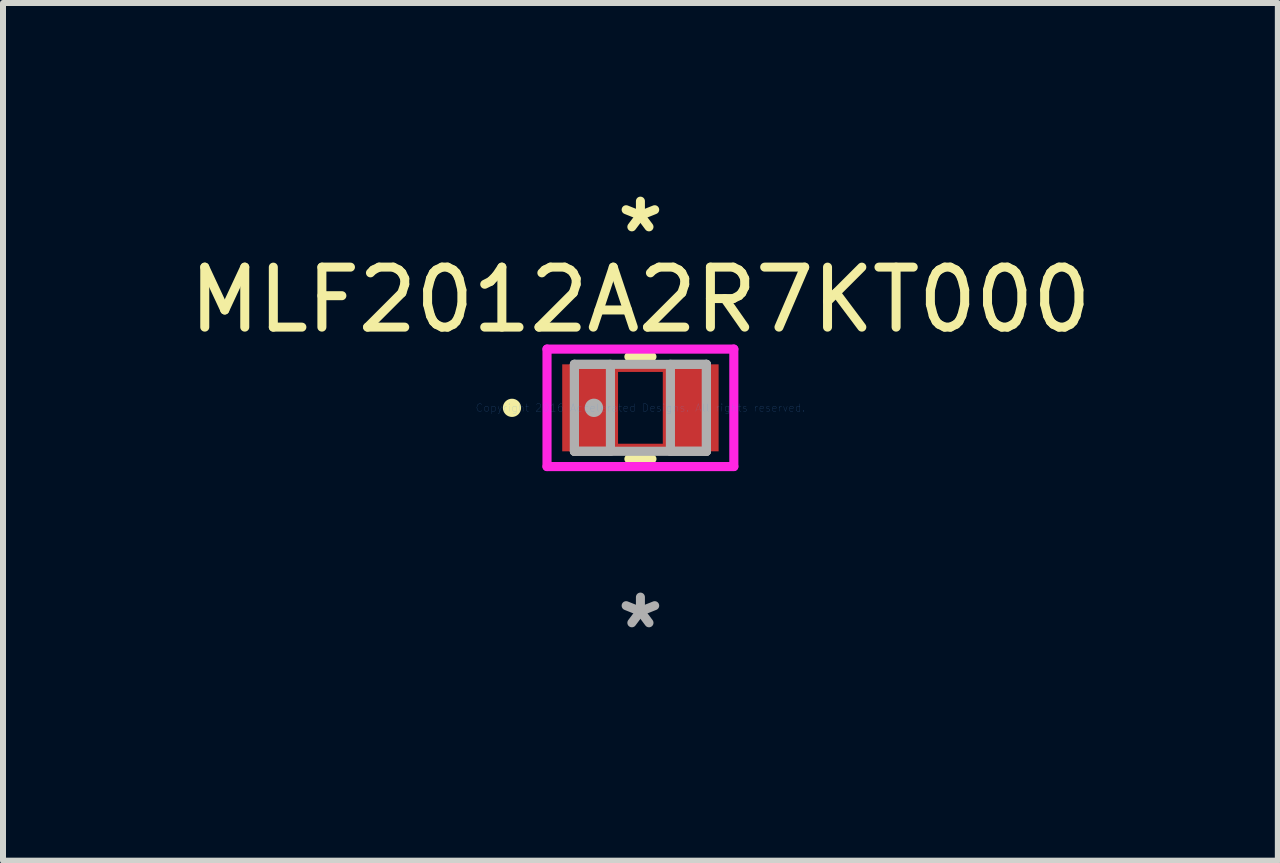
<source format=kicad_pcb>
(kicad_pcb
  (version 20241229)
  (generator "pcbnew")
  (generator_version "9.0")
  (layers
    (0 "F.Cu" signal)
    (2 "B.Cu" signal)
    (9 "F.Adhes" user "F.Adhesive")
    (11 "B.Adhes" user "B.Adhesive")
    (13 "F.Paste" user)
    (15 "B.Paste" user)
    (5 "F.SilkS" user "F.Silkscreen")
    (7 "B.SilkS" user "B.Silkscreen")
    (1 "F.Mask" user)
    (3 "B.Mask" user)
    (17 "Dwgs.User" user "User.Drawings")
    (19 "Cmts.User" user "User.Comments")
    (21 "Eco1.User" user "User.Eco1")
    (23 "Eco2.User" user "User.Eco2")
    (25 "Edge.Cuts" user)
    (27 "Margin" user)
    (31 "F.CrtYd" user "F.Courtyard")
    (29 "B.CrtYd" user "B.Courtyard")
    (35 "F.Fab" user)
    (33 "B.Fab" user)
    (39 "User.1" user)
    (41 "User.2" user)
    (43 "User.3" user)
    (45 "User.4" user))
  (footprint "MLF2012A2R7KT000"
    (layer "F.Cu")
    (at 7.625 3.748)
    (property "Reference" "MLF2012A2R7KT000" (at 0 -1.8 0) (layer "F.SilkS") (effects (font (size 1 1) (thickness 0.15))))
    (attr through_hole)
    (fp_line (start -0.449 -0.674) (end 0.449 -0.674) (stroke (width 0.152) (type solid)) (layer "F.Cu"))
    (fp_line (start -0.449 0.674) (end -0.449 -0.674) (stroke (width 0.152) (type solid)) (layer "F.Cu"))
    (fp_line (start 0.449 -0.674) (end 0.449 0.674) (stroke (width 0.152) (type solid)) (layer "F.Cu"))
    (fp_line (start 0.449 0.674) (end -0.449 0.674) (stroke (width 0.152) (type solid)) (layer "F.Cu"))
    (fp_line (start -0.192 0.852) (end 0.192 0.852) (stroke (width 0.152) (type solid)) (layer "F.SilkS"))
    (fp_line (start 0.192 -0.852) (end -0.192 -0.852) (stroke (width 0.152) (type solid)) (layer "F.SilkS"))
    (fp_circle (center -2.141 0) (end -2.065 0) (stroke (width 0.152) (type solid)) (fill no) (layer "F.SilkS"))
    (fp_line (start -1.557 -0.979) (end 1.557 -0.979) (stroke (width 0.152) (type solid)) (layer "F.CrtYd"))
    (fp_line (start -1.557 0.979) (end -1.557 -0.979) (stroke (width 0.152) (type solid)) (layer "F.CrtYd"))
    (fp_line (start 1.557 -0.979) (end 1.557 0.979) (stroke (width 0.152) (type solid)) (layer "F.CrtYd"))
    (fp_line (start 1.557 0.979) (end -1.557 0.979) (stroke (width 0.152) (type solid)) (layer "F.CrtYd"))
    (fp_line (start -1.1 -0.725) (end -1.1 0.725) (stroke (width 0.152) (type solid)) (layer "F.Fab"))
    (fp_line (start -1.1 -0.725) (end -1.1 0.725) (stroke (width 0.152) (type solid)) (layer "F.Fab"))
    (fp_line (start -1.1 0.725) (end -0.5 0.725) (stroke (width 0.152) (type solid)) (layer "F.Fab"))
    (fp_line (start -1.1 0.725) (end 1.1 0.725) (stroke (width 0.152) (type solid)) (layer "F.Fab"))
    (fp_line (start -0.5 -0.725) (end -1.1 -0.725) (stroke (width 0.152) (type solid)) (layer "F.Fab"))
    (fp_line (start -0.5 0.725) (end -0.5 -0.725) (stroke (width 0.152) (type solid)) (layer "F.Fab"))
    (fp_line (start 0.5 -0.725) (end 0.5 0.725) (stroke (width 0.152) (type solid)) (layer "F.Fab"))
    (fp_line (start 0.5 0.725) (end 1.1 0.725) (stroke (width 0.152) (type solid)) (layer "F.Fab"))
    (fp_line (start 1.1 -0.725) (end -1.1 -0.725) (stroke (width 0.152) (type solid)) (layer "F.Fab"))
    (fp_line (start 1.1 -0.725) (end 0.5 -0.725) (stroke (width 0.152) (type solid)) (layer "F.Fab"))
    (fp_line (start 1.1 0.725) (end 1.1 -0.725) (stroke (width 0.152) (type solid)) (layer "F.Fab"))
    (fp_line (start 1.1 0.725) (end 1.1 -0.725) (stroke (width 0.152) (type solid)) (layer "F.Fab"))
    (fp_circle (center -0.775 0) (end -0.698 0) (stroke (width 0.152) (type solid)) (fill no) (layer "F.Fab"))
    (fp_text user "*" (at 0 -2.9 0) (layer "F.SilkS") (effects (font (size 1 1) (thickness 0.15))))
    (fp_text user "Copyright 2016 Accelerated Designs. All rights reserved." (at 0 0 0) (layer "Cmts.User") (effects (font (size 0.127 0.127) (thickness 0.002))))
    (fp_text user "*" (at 0 3.7 0) (layer "F.Fab") (effects (font (size 1 1) (thickness 0.15))))
    (pad "1" smd rect (at -0.902 0) (size 0.803 1.45) (layers "F.Cu" "F.Mask" "F.Paste"))
    (pad "2" smd rect (at 0.902 0) (size 0.803 1.45) (layers "F.Cu" "F.Mask" "F.Paste")))
  (gr_rect
    (start -3 -3)
    (end 18.25 11.296)
    (stroke (width 0.1) (type default))
    (fill no)
    (layer "Edge.Cuts")))
</source>
